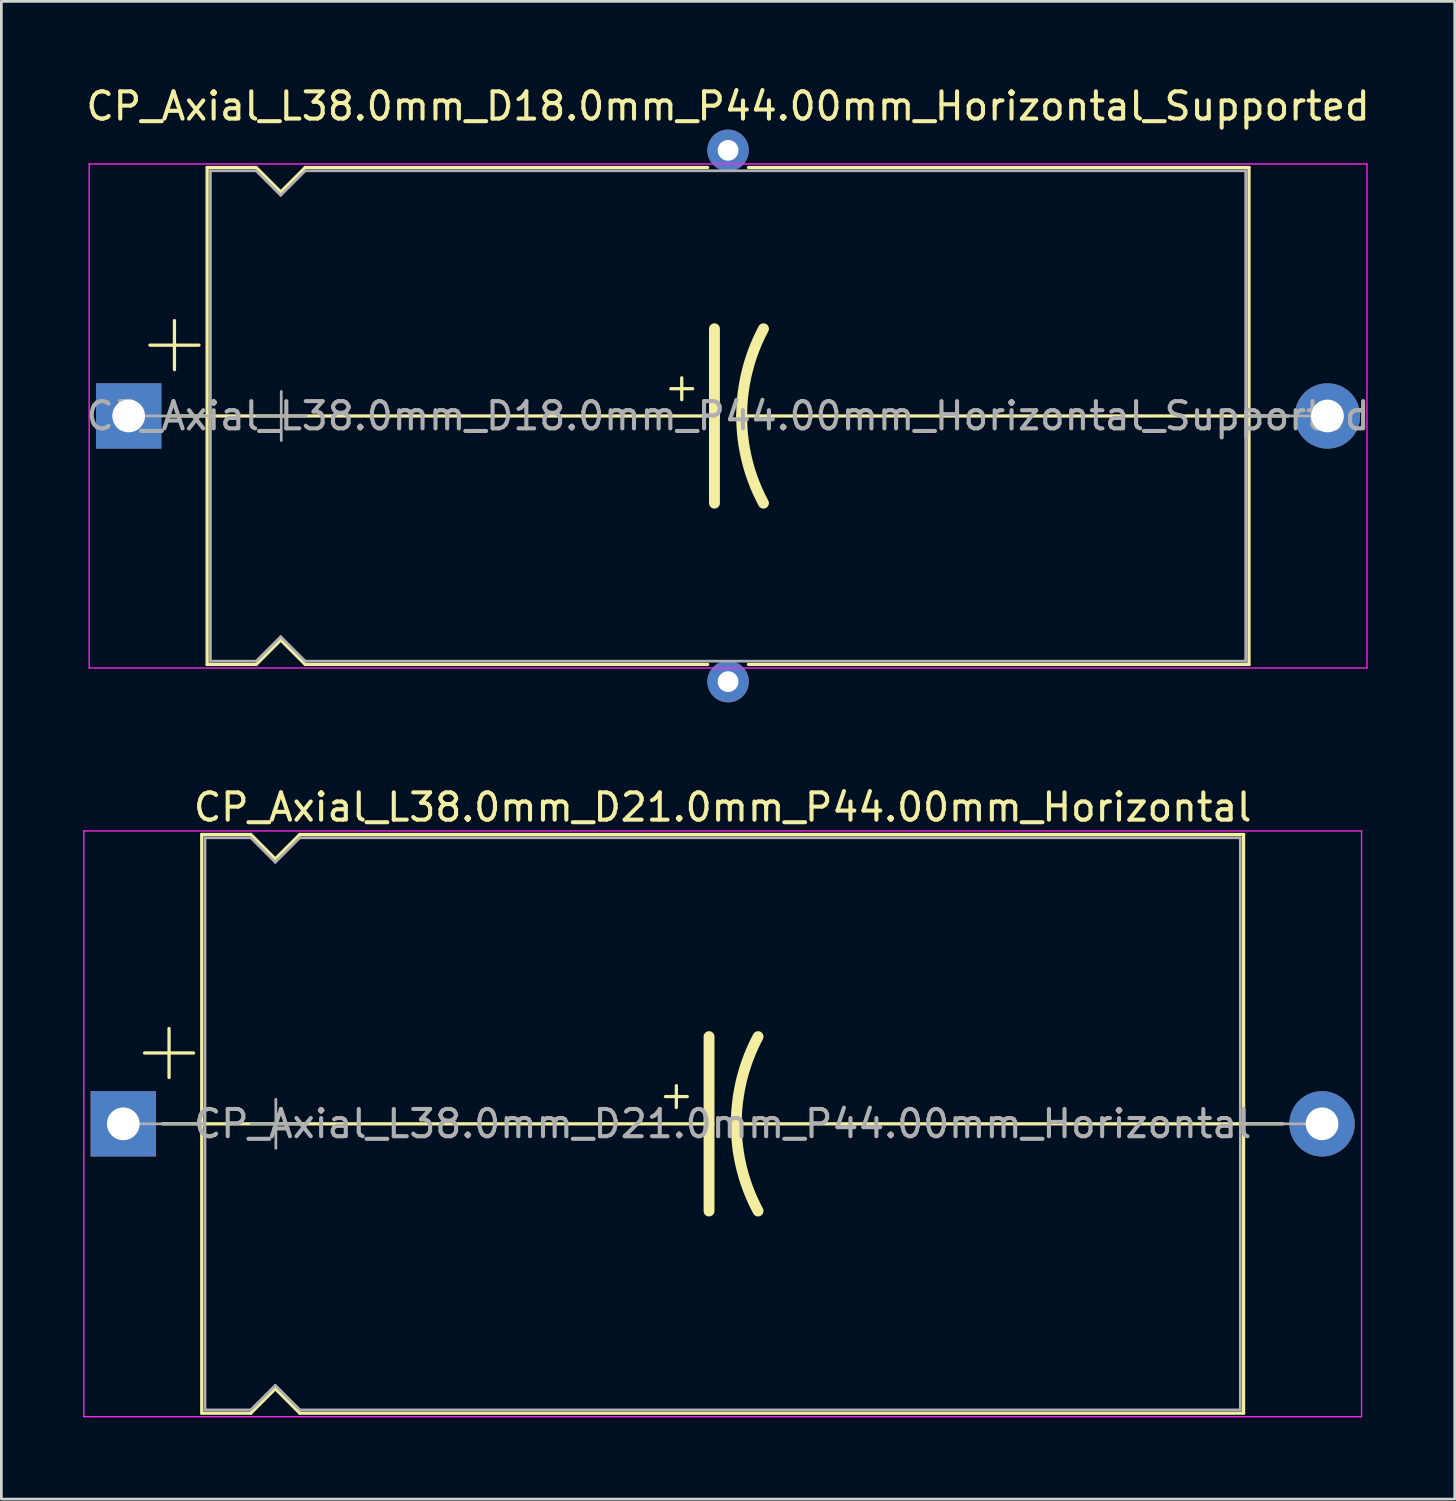
<source format=kicad_pcb>
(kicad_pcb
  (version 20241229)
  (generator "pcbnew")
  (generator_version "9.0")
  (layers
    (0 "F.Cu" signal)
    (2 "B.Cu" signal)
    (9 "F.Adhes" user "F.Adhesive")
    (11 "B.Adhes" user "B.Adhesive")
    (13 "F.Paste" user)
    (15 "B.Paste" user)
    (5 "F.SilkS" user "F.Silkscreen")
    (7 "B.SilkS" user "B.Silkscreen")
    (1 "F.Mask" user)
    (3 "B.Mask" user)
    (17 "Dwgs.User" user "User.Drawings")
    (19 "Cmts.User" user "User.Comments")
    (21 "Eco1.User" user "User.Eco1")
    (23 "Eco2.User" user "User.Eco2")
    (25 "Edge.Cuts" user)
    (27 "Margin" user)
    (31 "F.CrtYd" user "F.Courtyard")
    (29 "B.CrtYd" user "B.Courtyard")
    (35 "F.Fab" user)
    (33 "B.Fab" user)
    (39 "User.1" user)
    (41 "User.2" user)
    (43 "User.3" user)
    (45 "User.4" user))
  (footprint "CP_Axial_L38.0mm_D18.0mm_P44.00mm_Horizontal_Supported"
    (layer "F.Cu")
    (at 1.673 12.218)
    (property "Reference" "CP_Axial_L38.0mm_D18.0mm_P44.00mm_Horizontal_Supported" (at 22 -11.37 0) (layer "F.SilkS") (effects (font (size 1 1) (thickness 0.15))))
    (attr through_hole)
    (fp_line (start 0.78 -2.6) (end 2.58 -2.6) (stroke (width 0.12) (type solid)) (layer "F.SilkS"))
    (fp_line (start 1.44 0) (end 2.88 0) (stroke (width 0.12) (type solid)) (layer "F.SilkS"))
    (fp_line (start 1.68 -3.5) (end 1.68 -1.7) (stroke (width 0.12) (type solid)) (layer "F.SilkS"))
    (fp_line (start 2.88 -9.12) (end 2.88 9.12) (stroke (width 0.12) (type solid)) (layer "F.SilkS"))
    (fp_line (start 2.88 -9.12) (end 4.68 -9.12) (stroke (width 0.12) (type solid)) (layer "F.SilkS"))
    (fp_line (start 2.88 0) (end 21.5 0) (stroke (width 0.12) (type solid)) (layer "F.SilkS"))
    (fp_line (start 2.88 9.12) (end 4.68 9.12) (stroke (width 0.12) (type solid)) (layer "F.SilkS"))
    (fp_line (start 4.68 -9.12) (end 5.58 -8.22) (stroke (width 0.12) (type solid)) (layer "F.SilkS"))
    (fp_line (start 4.68 9.12) (end 5.58 8.22) (stroke (width 0.12) (type solid)) (layer "F.SilkS"))
    (fp_line (start 5.58 -8.22) (end 6.48 -9.12) (stroke (width 0.12) (type solid)) (layer "F.SilkS"))
    (fp_line (start 5.58 8.22) (end 6.48 9.12) (stroke (width 0.12) (type solid)) (layer "F.SilkS"))
    (fp_line (start 6.48 -9.12) (end 21.25 -9.12) (stroke (width 0.12) (type solid)) (layer "F.SilkS"))
    (fp_line (start 6.48 9.12) (end 21.25 9.12) (stroke (width 0.12) (type solid)) (layer "F.SilkS"))
    (fp_line (start 19.9 -1) (end 20.7 -1) (stroke (width 0.12) (type solid)) (layer "F.SilkS"))
    (fp_line (start 20.3 -1.4) (end 20.3 -0.6) (stroke (width 0.12) (type solid)) (layer "F.SilkS"))
    (fp_line (start 21.5 0) (end 21.5 -3.2) (stroke (width 0.4) (type solid)) (layer "F.SilkS"))
    (fp_line (start 21.5 0) (end 21.5 3.2) (stroke (width 0.4) (type solid)) (layer "F.SilkS"))
    (fp_line (start 22.75 -9.12) (end 41.12 -9.12) (stroke (width 0.12) (type solid)) (layer "F.SilkS"))
    (fp_line (start 22.75 9.12) (end 41.12 9.12) (stroke (width 0.12) (type solid)) (layer "F.SilkS"))
    (fp_line (start 41.12 -9.12) (end 41.12 9.12) (stroke (width 0.12) (type solid)) (layer "F.SilkS"))
    (fp_line (start 41.12 0) (end 22.5 0) (stroke (width 0.12) (type solid)) (layer "F.SilkS"))
    (fp_line (start 42.56 0) (end 41.12 0) (stroke (width 0.12) (type solid)) (layer "F.SilkS"))
    (fp_arc (start 22.5 0) (mid 22.703545 -1.649114) (end 23.3 -3.2) (stroke (width 0.4) (type solid)) (layer "F.SilkS"))
    (fp_arc (start 23.3 3.2) (mid 22.700709 1.649823) (end 22.5 0) (stroke (width 0.4) (type solid)) (layer "F.SilkS"))
    (fp_line (start -1.45 -9.25) (end -1.45 9.25) (stroke (width 0.05) (type solid)) (layer "F.CrtYd"))
    (fp_line (start -1.45 9.25) (end 45.45 9.25) (stroke (width 0.05) (type solid)) (layer "F.CrtYd"))
    (fp_line (start 45.45 -9.25) (end -1.45 -9.25) (stroke (width 0.05) (type solid)) (layer "F.CrtYd"))
    (fp_line (start 45.45 9.25) (end 45.45 -9.25) (stroke (width 0.05) (type solid)) (layer "F.CrtYd"))
    (fp_line (start 0 0) (end 3 0) (stroke (width 0.1) (type solid)) (layer "F.Fab"))
    (fp_line (start 3 -9) (end 3 9) (stroke (width 0.1) (type solid)) (layer "F.Fab"))
    (fp_line (start 3 -9) (end 4.68 -9) (stroke (width 0.1) (type solid)) (layer "F.Fab"))
    (fp_line (start 3 9) (end 4.68 9) (stroke (width 0.1) (type solid)) (layer "F.Fab"))
    (fp_line (start 4.68 -9) (end 5.58 -8.1) (stroke (width 0.1) (type solid)) (layer "F.Fab"))
    (fp_line (start 4.68 9) (end 5.58 8.1) (stroke (width 0.1) (type solid)) (layer "F.Fab"))
    (fp_line (start 4.7 0) (end 6.5 0) (stroke (width 0.1) (type solid)) (layer "F.Fab"))
    (fp_line (start 5.58 -8.1) (end 6.48 -9) (stroke (width 0.1) (type solid)) (layer "F.Fab"))
    (fp_line (start 5.58 8.1) (end 6.48 9) (stroke (width 0.1) (type solid)) (layer "F.Fab"))
    (fp_line (start 5.6 -0.9) (end 5.6 0.9) (stroke (width 0.1) (type solid)) (layer "F.Fab"))
    (fp_line (start 6.48 -9) (end 41 -9) (stroke (width 0.1) (type solid)) (layer "F.Fab"))
    (fp_line (start 6.48 9) (end 41 9) (stroke (width 0.1) (type solid)) (layer "F.Fab"))
    (fp_line (start 41 -9) (end 41 9) (stroke (width 0.1) (type solid)) (layer "F.Fab"))
    (fp_line (start 44 0) (end 41 0) (stroke (width 0.1) (type solid)) (layer "F.Fab"))
    (fp_text user "${REFERENCE}" (at 22 0 0) (layer "F.Fab") (effects (font (size 1 1) (thickness 0.15))))
    (pad "" thru_hole circle (at 22 -9.75) (size 1.524 1.524) (drill 0.762) (layers "*.Cu" "*.Mask"))
    (pad "" thru_hole circle (at 22 9.75) (size 1.524 1.524) (drill 0.762) (layers "*.Cu" "*.Mask"))
    (pad "1" thru_hole rect (at 0 0) (size 2.4 2.4) (drill 1.2) (layers "*.Cu" "*.Mask"))
    (pad "2" thru_hole oval (at 44 0) (size 2.4 2.4) (drill 1.2) (layers "*.Cu" "*.Mask")))
  (footprint "CP_Axial_L38.0mm_D21.0mm_P44.00mm_Horizontal"
    (layer "F.Cu")
    (at 1.475 38.199)
    (property "Reference" "CP_Axial_L38.0mm_D21.0mm_P44.00mm_Horizontal" (at 22 -11.62 0) (layer "F.SilkS") (effects (font (size 1 1) (thickness 0.15))))
    (attr through_hole)
    (fp_line (start 0.78 -2.6) (end 2.58 -2.6) (stroke (width 0.12) (type solid)) (layer "F.SilkS"))
    (fp_line (start 1.44 0) (end 2.88 0) (stroke (width 0.12) (type solid)) (layer "F.SilkS"))
    (fp_line (start 1.68 -3.5) (end 1.68 -1.7) (stroke (width 0.12) (type solid)) (layer "F.SilkS"))
    (fp_line (start 2.88 -10.62) (end 2.88 10.62) (stroke (width 0.12) (type solid)) (layer "F.SilkS"))
    (fp_line (start 2.88 -10.62) (end 4.68 -10.62) (stroke (width 0.12) (type solid)) (layer "F.SilkS"))
    (fp_line (start 2.88 0) (end 21.5 0) (stroke (width 0.12) (type solid)) (layer "F.SilkS"))
    (fp_line (start 2.88 10.62) (end 4.68 10.62) (stroke (width 0.12) (type solid)) (layer "F.SilkS"))
    (fp_line (start 4.68 -10.62) (end 5.58 -9.72) (stroke (width 0.12) (type solid)) (layer "F.SilkS"))
    (fp_line (start 4.68 10.62) (end 5.58 9.72) (stroke (width 0.12) (type solid)) (layer "F.SilkS"))
    (fp_line (start 5.58 -9.72) (end 6.48 -10.62) (stroke (width 0.12) (type solid)) (layer "F.SilkS"))
    (fp_line (start 5.58 9.72) (end 6.48 10.62) (stroke (width 0.12) (type solid)) (layer "F.SilkS"))
    (fp_line (start 6.48 -10.62) (end 41.12 -10.62) (stroke (width 0.12) (type solid)) (layer "F.SilkS"))
    (fp_line (start 6.48 10.62) (end 41.12 10.62) (stroke (width 0.12) (type solid)) (layer "F.SilkS"))
    (fp_line (start 19.9 -1) (end 20.7 -1) (stroke (width 0.12) (type solid)) (layer "F.SilkS"))
    (fp_line (start 20.3 -1.4) (end 20.3 -0.6) (stroke (width 0.12) (type solid)) (layer "F.SilkS"))
    (fp_line (start 21.5 0) (end 21.5 -3.2) (stroke (width 0.4) (type solid)) (layer "F.SilkS"))
    (fp_line (start 21.5 0) (end 21.5 3.2) (stroke (width 0.4) (type solid)) (layer "F.SilkS"))
    (fp_line (start 41.12 -10.62) (end 41.12 10.62) (stroke (width 0.12) (type solid)) (layer "F.SilkS"))
    (fp_line (start 41.12 0) (end 22.5 0) (stroke (width 0.12) (type solid)) (layer "F.SilkS"))
    (fp_line (start 42.56 0) (end 41.12 0) (stroke (width 0.12) (type solid)) (layer "F.SilkS"))
    (fp_arc (start 22.5 0) (mid 22.703545 -1.649114) (end 23.3 -3.2) (stroke (width 0.4) (type solid)) (layer "F.SilkS"))
    (fp_arc (start 23.3 3.2) (mid 22.700709 1.649823) (end 22.5 0) (stroke (width 0.4) (type solid)) (layer "F.SilkS"))
    (fp_line (start -1.45 -10.75) (end -1.45 10.75) (stroke (width 0.05) (type solid)) (layer "F.CrtYd"))
    (fp_line (start -1.45 10.75) (end 45.45 10.75) (stroke (width 0.05) (type solid)) (layer "F.CrtYd"))
    (fp_line (start 45.45 -10.75) (end -1.45 -10.75) (stroke (width 0.05) (type solid)) (layer "F.CrtYd"))
    (fp_line (start 45.45 10.75) (end 45.45 -10.75) (stroke (width 0.05) (type solid)) (layer "F.CrtYd"))
    (fp_line (start 0 0) (end 3 0) (stroke (width 0.1) (type solid)) (layer "F.Fab"))
    (fp_line (start 3 -10.5) (end 3 10.5) (stroke (width 0.1) (type solid)) (layer "F.Fab"))
    (fp_line (start 3 -10.5) (end 4.68 -10.5) (stroke (width 0.1) (type solid)) (layer "F.Fab"))
    (fp_line (start 3 10.5) (end 4.68 10.5) (stroke (width 0.1) (type solid)) (layer "F.Fab"))
    (fp_line (start 4.68 -10.5) (end 5.58 -9.6) (stroke (width 0.1) (type solid)) (layer "F.Fab"))
    (fp_line (start 4.68 10.5) (end 5.58 9.6) (stroke (width 0.1) (type solid)) (layer "F.Fab"))
    (fp_line (start 4.7 0) (end 6.5 0) (stroke (width 0.1) (type solid)) (layer "F.Fab"))
    (fp_line (start 5.58 -9.6) (end 6.48 -10.5) (stroke (width 0.1) (type solid)) (layer "F.Fab"))
    (fp_line (start 5.58 9.6) (end 6.48 10.5) (stroke (width 0.1) (type solid)) (layer "F.Fab"))
    (fp_line (start 5.6 -0.9) (end 5.6 0.9) (stroke (width 0.1) (type solid)) (layer "F.Fab"))
    (fp_line (start 6.48 -10.5) (end 41 -10.5) (stroke (width 0.1) (type solid)) (layer "F.Fab"))
    (fp_line (start 6.48 10.5) (end 41 10.5) (stroke (width 0.1) (type solid)) (layer "F.Fab"))
    (fp_line (start 41 -10.5) (end 41 10.5) (stroke (width 0.1) (type solid)) (layer "F.Fab"))
    (fp_line (start 44 0) (end 41 0) (stroke (width 0.1) (type solid)) (layer "F.Fab"))
    (fp_text user "${REFERENCE}" (at 22 0 0) (layer "F.Fab") (effects (font (size 1 1) (thickness 0.15))))
    (pad "1" thru_hole rect (at 0 0) (size 2.4 2.4) (drill 1.2) (layers "*.Cu" "*.Mask"))
    (pad "2" thru_hole oval (at 44 0) (size 2.4 2.4) (drill 1.2) (layers "*.Cu" "*.Mask")))
  (gr_rect
    (start -3 -3)
    (end 50.345 51.974)
    (stroke (width 0.1) (type default))
    (fill no)
    (layer "Edge.Cuts")))
</source>
